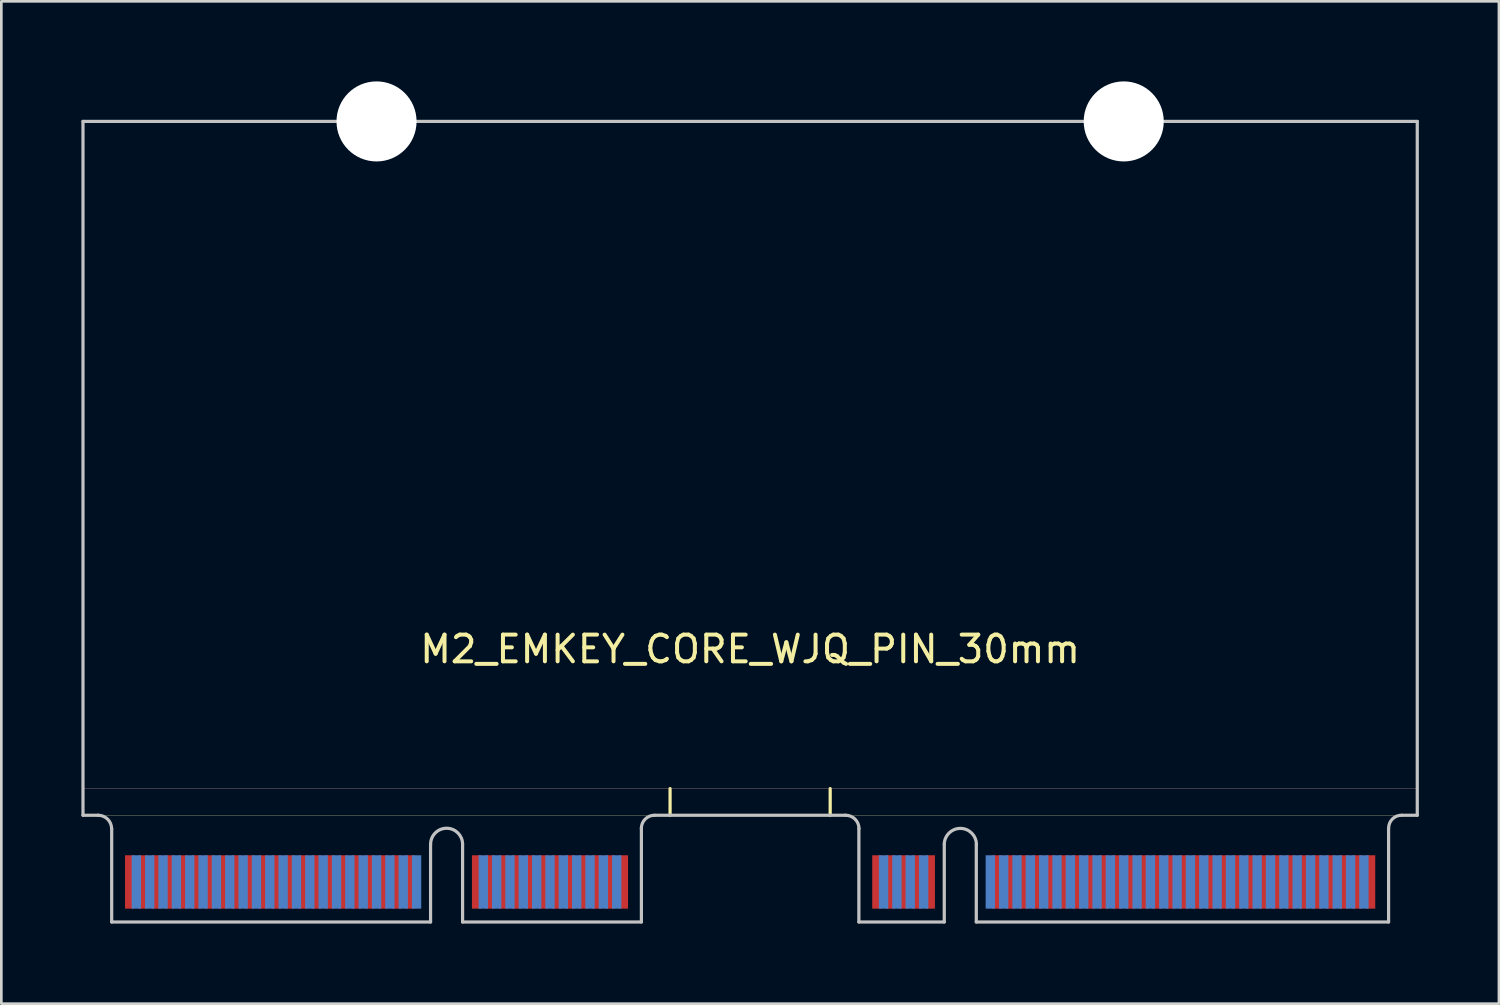
<source format=kicad_pcb>
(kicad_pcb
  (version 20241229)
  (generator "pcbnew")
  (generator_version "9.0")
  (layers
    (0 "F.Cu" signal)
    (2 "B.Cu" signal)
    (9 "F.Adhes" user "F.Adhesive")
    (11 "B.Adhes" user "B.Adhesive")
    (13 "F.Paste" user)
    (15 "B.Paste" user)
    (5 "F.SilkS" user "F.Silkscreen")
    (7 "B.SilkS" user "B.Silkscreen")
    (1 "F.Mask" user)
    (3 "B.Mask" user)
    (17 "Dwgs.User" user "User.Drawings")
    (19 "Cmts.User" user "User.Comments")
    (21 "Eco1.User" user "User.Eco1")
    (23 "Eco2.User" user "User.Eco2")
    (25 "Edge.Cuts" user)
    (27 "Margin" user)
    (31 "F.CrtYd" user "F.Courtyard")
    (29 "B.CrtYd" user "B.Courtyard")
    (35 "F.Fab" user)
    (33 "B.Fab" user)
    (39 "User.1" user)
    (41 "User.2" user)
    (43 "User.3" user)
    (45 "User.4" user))
  (footprint "M2_EMKEY_CORE_WJQ_PIN_30mm"
    (layer "F.Cu")
    (at 25.06 27.5)
    (property "Reference" "M2_EMKEY_CORE_WJQ_PIN_30mm" (at 0 -6.223 0) (layer "F.SilkS") (effects (font (size 1 1) (thickness 0.15))))
    (attr through_hole)
    (fp_line (start -3 0) (end -3 -1) (stroke (width 0.12) (type solid)) (layer "F.SilkS"))
    (fp_line (start 3 0) (end 3 -1) (stroke (width 0.12) (type solid)) (layer "F.SilkS"))
    (fp_line (start 25 0) (end -25 0) (stroke (width 0.01) (type solid)) (layer "F.SilkS"))
    (fp_line (start 25 -1) (end -25 -1) (stroke (width 0.01) (type solid)) (layer "B.SilkS"))
    (fp_line (start -25 -26) (end 25 -26) (stroke (width 0.12) (type solid)) (layer "Dwgs.User"))
    (fp_line (start -25 0) (end -25 -26) (stroke (width 0.12) (type solid)) (layer "Dwgs.User"))
    (fp_line (start -25 0) (end -24.425 0) (stroke (width 0.12) (type solid)) (layer "Dwgs.User"))
    (fp_line (start -23.925 0.5) (end -23.925 4) (stroke (width 0.12) (type solid)) (layer "Dwgs.User"))
    (fp_line (start -23.925 4) (end -11.975 4) (stroke (width 0.12) (type solid)) (layer "Dwgs.User"))
    (fp_line (start -11.975 4) (end -11.975 1.1) (stroke (width 0.12) (type solid)) (layer "Dwgs.User"))
    (fp_line (start -10.775 1.1) (end -10.775 4) (stroke (width 0.12) (type solid)) (layer "Dwgs.User"))
    (fp_line (start -10.775 4) (end -4.075 4) (stroke (width 0.12) (type solid)) (layer "Dwgs.User"))
    (fp_line (start -4.075 0.5) (end -4.075 4) (stroke (width 0.12) (type solid)) (layer "Dwgs.User"))
    (fp_line (start -3 0) (end -3.575 0) (stroke (width 0.12) (type solid)) (layer "Dwgs.User"))
    (fp_line (start -3 0) (end 3 0) (stroke (width 0.12) (type solid)) (layer "Dwgs.User"))
    (fp_line (start 3.575 0) (end 3 0) (stroke (width 0.12) (type solid)) (layer "Dwgs.User"))
    (fp_line (start 4.075 0.5) (end 4.075 4) (stroke (width 0.12) (type solid)) (layer "Dwgs.User"))
    (fp_line (start 4.075 4) (end 7.275 4) (stroke (width 0.12) (type solid)) (layer "Dwgs.User"))
    (fp_line (start 7.275 4) (end 7.275 1.1) (stroke (width 0.12) (type solid)) (layer "Dwgs.User"))
    (fp_line (start 8.475 4) (end 8.475 1.1) (stroke (width 0.12) (type solid)) (layer "Dwgs.User"))
    (fp_line (start 8.475 4) (end 23.925 4) (stroke (width 0.12) (type solid)) (layer "Dwgs.User"))
    (fp_line (start 23.925 0.5) (end 23.925 4) (stroke (width 0.12) (type solid)) (layer "Dwgs.User"))
    (fp_line (start 25 -26) (end 25 0) (stroke (width 0.12) (type solid)) (layer "Dwgs.User"))
    (fp_line (start 25 0) (end 24.425 0) (stroke (width 0.12) (type solid)) (layer "Dwgs.User"))
    (fp_arc (start -24.4348 0) (mid -24.07559 0.14879) (end -23.9268 0.508) (stroke (width 0.12) (type solid)) (layer "Dwgs.User"))
    (fp_arc (start -11.97356 1.08712) (mid -11.37412 0.48768) (end -10.77468 1.08712) (stroke (width 0.12) (type solid)) (layer "Dwgs.User"))
    (fp_arc (start -4.076699 0.495381) (mid -3.932407 0.144351) (end -3.581401 0.000001) (stroke (width 0.12) (type solid)) (layer "Dwgs.User"))
    (fp_arc (start 3.564016 0.00022) (mid 3.927395 0.141348) (end 4.07924 0.50038) (stroke (width 0.12) (type solid)) (layer "Dwgs.User"))
    (fp_arc (start 7.274692 1.079593) (mid 7.882844 0.490253) (end 8.47852 1.0922) (stroke (width 0.12) (type solid)) (layer "Dwgs.User"))
    (fp_arc (start 23.9268 0.4826) (mid 24.06815 0.14135) (end 24.4094 0) (stroke (width 0.12) (type solid)) (layer "Dwgs.User"))
    (pad "" np_thru_hole circle (at -14 -26) (size 3 3) (drill 3) (layers "*.Cu" "*.Mask"))
    (pad "" np_thru_hole circle (at 14 -26) (size 3 3) (drill 3) (layers "*.Cu" "*.Mask"))
    (pad "E1" smd rect (at -4.75 2.5) (size 0.35 2) (layers "F.Cu" "F.Mask" "F.Paste"))
    (pad "E2" smd rect (at -5 2.5) (size 0.35 2) (layers "B.Cu" "B.Mask" "B.Paste"))
    (pad "E3" smd rect (at -5.25 2.5) (size 0.35 2) (layers "F.Cu" "F.Mask" "F.Paste"))
    (pad "E4" smd rect (at -5.5 2.5) (size 0.35 2) (layers "B.Cu" "B.Mask" "B.Paste"))
    (pad "E5" smd rect (at -5.75 2.5) (size 0.35 2) (layers "F.Cu" "F.Mask" "F.Paste"))
    (pad "E6" smd rect (at -6 2.5) (size 0.35 2) (layers "B.Cu" "B.Mask" "B.Paste"))
    (pad "E7" smd rect (at -6.25 2.5) (size 0.35 2) (layers "F.Cu" "F.Mask" "F.Paste"))
    (pad "E8" smd rect (at -6.5 2.5) (size 0.35 2) (layers "B.Cu" "B.Mask" "B.Paste"))
    (pad "E9" smd rect (at -6.75 2.5) (size 0.35 2) (layers "F.Cu" "F.Mask" "F.Paste"))
    (pad "E10" smd rect (at -7 2.5) (size 0.35 2) (layers "B.Cu" "B.Mask" "B.Paste"))
    (pad "E11" smd rect (at -7.25 2.5) (size 0.35 2) (layers "F.Cu" "F.Mask" "F.Paste"))
    (pad "E12" smd rect (at -7.5 2.5) (size 0.35 2) (layers "B.Cu" "B.Mask" "B.Paste"))
    (pad "E13" smd rect (at -7.75 2.5) (size 0.35 2) (layers "F.Cu" "F.Mask" "F.Paste"))
    (pad "E14" smd rect (at -8 2.5) (size 0.35 2) (layers "B.Cu" "B.Mask" "B.Paste"))
    (pad "E15" smd rect (at -8.25 2.5) (size 0.35 2) (layers "F.Cu" "F.Mask" "F.Paste"))
    (pad "E16" smd rect (at -8.5 2.5) (size 0.35 2) (layers "B.Cu" "B.Mask" "B.Paste"))
    (pad "E17" smd rect (at -8.75 2.5) (size 0.35 2) (layers "F.Cu" "F.Mask" "F.Paste"))
    (pad "E18" smd rect (at -9 2.5) (size 0.35 2) (layers "B.Cu" "B.Mask" "B.Paste"))
    (pad "E19" smd rect (at -9.25 2.5) (size 0.35 2) (layers "F.Cu" "F.Mask" "F.Paste"))
    (pad "E20" smd rect (at -9.5 2.5) (size 0.35 2) (layers "B.Cu" "B.Mask" "B.Paste"))
    (pad "E21" smd rect (at -9.75 2.5) (size 0.35 2) (layers "F.Cu" "F.Mask" "F.Paste"))
    (pad "E22" smd rect (at -10 2.5) (size 0.35 2) (layers "B.Cu" "B.Mask" "B.Paste"))
    (pad "E23" smd rect (at -10.25 2.5) (size 0.35 2) (layers "F.Cu" "F.Mask" "F.Paste"))
    (pad "E32" smd rect (at -12.5 2.5) (size 0.35 2) (layers "B.Cu" "B.Mask" "B.Paste"))
    (pad "E33" smd rect (at -12.75 2.5) (size 0.35 2) (layers "F.Cu" "F.Mask" "F.Paste"))
    (pad "E34" smd rect (at -13 2.5) (size 0.35 2) (layers "B.Cu" "B.Mask" "B.Paste"))
    (pad "E35" smd rect (at -13.25 2.5) (size 0.35 2) (layers "F.Cu" "F.Mask" "F.Paste"))
    (pad "E36" smd rect (at -13.5 2.5) (size 0.35 2) (layers "B.Cu" "B.Mask" "B.Paste"))
    (pad "E37" smd rect (at -13.75 2.5) (size 0.35 2) (layers "F.Cu" "F.Mask" "F.Paste"))
    (pad "E38" smd rect (at -14 2.5) (size 0.35 2) (layers "B.Cu" "B.Mask" "B.Paste"))
    (pad "E39" smd rect (at -14.25 2.5) (size 0.35 2) (layers "F.Cu" "F.Mask" "F.Paste"))
    (pad "E40" smd rect (at -14.5 2.5) (size 0.35 2) (layers "B.Cu" "B.Mask" "B.Paste"))
    (pad "E41" smd rect (at -14.75 2.5) (size 0.35 2) (layers "F.Cu" "F.Mask" "F.Paste"))
    (pad "E42" smd rect (at -15 2.5) (size 0.35 2) (layers "B.Cu" "B.Mask" "B.Paste"))
    (pad "E43" smd rect (at -15.25 2.5) (size 0.35 2) (layers "F.Cu" "F.Mask" "F.Paste"))
    (pad "E44" smd rect (at -15.5 2.5) (size 0.35 2) (layers "B.Cu" "B.Mask" "B.Paste"))
    (pad "E45" smd rect (at -15.75 2.5) (size 0.35 2) (layers "F.Cu" "F.Mask" "F.Paste"))
    (pad "E46" smd rect (at -16 2.5) (size 0.35 2) (layers "B.Cu" "B.Mask" "B.Paste"))
    (pad "E47" smd rect (at -16.25 2.5) (size 0.35 2) (layers "F.Cu" "F.Mask" "F.Paste"))
    (pad "E48" smd rect (at -16.5 2.5) (size 0.35 2) (layers "B.Cu" "B.Mask" "B.Paste"))
    (pad "E49" smd rect (at -16.75 2.5) (size 0.35 2) (layers "F.Cu" "F.Mask" "F.Paste"))
    (pad "E50" smd rect (at -17 2.5) (size 0.35 2) (layers "B.Cu" "B.Mask" "B.Paste"))
    (pad "E51" smd rect (at -17.25 2.5) (size 0.35 2) (layers "F.Cu" "F.Mask" "F.Paste"))
    (pad "E52" smd rect (at -17.5 2.5) (size 0.35 2) (layers "B.Cu" "B.Mask" "B.Paste"))
    (pad "E53" smd rect (at -17.75 2.5) (size 0.35 2) (layers "F.Cu" "F.Mask" "F.Paste"))
    (pad "E54" smd rect (at -18 2.5) (size 0.35 2) (layers "B.Cu" "B.Mask" "B.Paste"))
    (pad "E55" smd rect (at -18.25 2.5) (size 0.35 2) (layers "F.Cu" "F.Mask" "F.Paste"))
    (pad "E56" smd rect (at -18.5 2.5) (size 0.35 2) (layers "B.Cu" "B.Mask" "B.Paste"))
    (pad "E57" smd rect (at -18.75 2.5) (size 0.35 2) (layers "F.Cu" "F.Mask" "F.Paste"))
    (pad "E58" smd rect (at -19 2.5) (size 0.35 2) (layers "B.Cu" "B.Mask" "B.Paste"))
    (pad "E59" smd rect (at -19.25 2.5) (size 0.35 2) (layers "F.Cu" "F.Mask" "F.Paste"))
    (pad "E60" smd rect (at -19.5 2.5) (size 0.35 2) (layers "B.Cu" "B.Mask" "B.Paste"))
    (pad "E61" smd rect (at -19.75 2.5) (size 0.35 2) (layers "F.Cu" "F.Mask" "F.Paste"))
    (pad "E62" smd rect (at -20 2.5) (size 0.35 2) (layers "B.Cu" "B.Mask" "B.Paste"))
    (pad "E63" smd rect (at -20.25 2.5) (size 0.35 2) (layers "F.Cu" "F.Mask" "F.Paste"))
    (pad "E64" smd rect (at -20.5 2.5) (size 0.35 2) (layers "B.Cu" "B.Mask" "B.Paste"))
    (pad "E65" smd rect (at -20.75 2.5) (size 0.35 2) (layers "F.Cu" "F.Mask" "F.Paste"))
    (pad "E66" smd rect (at -21 2.5) (size 0.35 2) (layers "B.Cu" "B.Mask" "B.Paste"))
    (pad "E67" smd rect (at -21.25 2.5) (size 0.35 2) (layers "F.Cu" "F.Mask" "F.Paste"))
    (pad "E68" smd rect (at -21.5 2.5) (size 0.35 2) (layers "B.Cu" "B.Mask" "B.Paste"))
    (pad "E69" smd rect (at -21.75 2.5) (size 0.35 2) (layers "F.Cu" "F.Mask" "F.Paste"))
    (pad "E70" smd rect (at -22 2.5) (size 0.35 2) (layers "B.Cu" "B.Mask" "B.Paste"))
    (pad "E71" smd rect (at -22.25 2.5) (size 0.35 2) (layers "F.Cu" "F.Mask" "F.Paste"))
    (pad "E72" smd rect (at -22.5 2.5) (size 0.35 2) (layers "B.Cu" "B.Mask" "B.Paste"))
    (pad "E73" smd rect (at -22.75 2.5) (size 0.35 2) (layers "F.Cu" "F.Mask" "F.Paste"))
    (pad "E74" smd rect (at -23 2.5) (size 0.35 2) (layers "B.Cu" "B.Mask" "B.Paste"))
    (pad "E75" smd rect (at -23.25 2.5) (size 0.35 2) (layers "F.Cu" "F.Mask" "F.Paste"))
    (pad "M1" smd rect (at 23.25 2.5) (size 0.35 2) (layers "F.Cu" "F.Mask" "F.Paste"))
    (pad "M2" smd rect (at 23 2.5) (size 0.35 2) (layers "B.Cu" "B.Mask" "B.Paste"))
    (pad "M3" smd rect (at 22.75 2.5) (size 0.35 2) (layers "F.Cu" "F.Mask" "F.Paste"))
    (pad "M4" smd rect (at 22.5 2.5) (size 0.35 2) (layers "B.Cu" "B.Mask" "B.Paste"))
    (pad "M5" smd rect (at 22.25 2.5) (size 0.35 2) (layers "F.Cu" "F.Mask" "F.Paste"))
    (pad "M6" smd rect (at 22 2.5) (size 0.35 2) (layers "B.Cu" "B.Mask" "B.Paste"))
    (pad "M7" smd rect (at 21.75 2.5) (size 0.35 2) (layers "F.Cu" "F.Mask" "F.Paste"))
    (pad "M8" smd rect (at 21.5 2.5) (size 0.35 2) (layers "B.Cu" "B.Mask" "B.Paste"))
    (pad "M9" smd rect (at 21.25 2.5) (size 0.35 2) (layers "F.Cu" "F.Mask" "F.Paste"))
    (pad "M10" smd rect (at 21 2.5) (size 0.35 2) (layers "B.Cu" "B.Mask" "B.Paste"))
    (pad "M11" smd rect (at 20.75 2.5) (size 0.35 2) (layers "F.Cu" "F.Mask" "F.Paste"))
    (pad "M12" smd rect (at 20.5 2.5) (size 0.35 2) (layers "B.Cu" "B.Mask" "B.Paste"))
    (pad "M13" smd rect (at 20.25 2.5) (size 0.35 2) (layers "F.Cu" "F.Mask" "F.Paste"))
    (pad "M14" smd rect (at 20 2.5) (size 0.35 2) (layers "B.Cu" "B.Mask" "B.Paste"))
    (pad "M15" smd rect (at 19.75 2.5) (size 0.35 2) (layers "F.Cu" "F.Mask" "F.Paste"))
    (pad "M16" smd rect (at 19.5 2.5) (size 0.35 2) (layers "B.Cu" "B.Mask" "B.Paste"))
    (pad "M17" smd rect (at 19.25 2.5) (size 0.35 2) (layers "F.Cu" "F.Mask" "F.Paste"))
    (pad "M18" smd rect (at 19 2.5) (size 0.35 2) (layers "B.Cu" "B.Mask" "B.Paste"))
    (pad "M19" smd rect (at 18.75 2.5) (size 0.35 2) (layers "F.Cu" "F.Mask" "F.Paste"))
    (pad "M20" smd rect (at 18.5 2.5) (size 0.35 2) (layers "B.Cu" "B.Mask" "B.Paste"))
    (pad "M21" smd rect (at 18.25 2.5) (size 0.35 2) (layers "F.Cu" "F.Mask" "F.Paste"))
    (pad "M22" smd rect (at 18 2.5) (size 0.35 2) (layers "B.Cu" "B.Mask" "B.Paste"))
    (pad "M23" smd rect (at 17.75 2.5) (size 0.35 2) (layers "F.Cu" "F.Mask" "F.Paste"))
    (pad "M24" smd rect (at 17.5 2.5) (size 0.35 2) (layers "B.Cu" "B.Mask" "B.Paste"))
    (pad "M25" smd rect (at 17.25 2.5) (size 0.35 2) (layers "F.Cu" "F.Mask" "F.Paste"))
    (pad "M26" smd rect (at 17 2.5) (size 0.35 2) (layers "B.Cu" "B.Mask" "B.Paste"))
    (pad "M27" smd rect (at 16.75 2.5) (size 0.35 2) (layers "F.Cu" "F.Mask" "F.Paste"))
    (pad "M28" smd rect (at 16.5 2.5) (size 0.35 2) (layers "B.Cu" "B.Mask" "B.Paste"))
    (pad "M29" smd rect (at 16.25 2.5) (size 0.35 2) (layers "F.Cu" "F.Mask" "F.Paste"))
    (pad "M30" smd rect (at 16 2.5) (size 0.35 2) (layers "B.Cu" "B.Mask" "B.Paste"))
    (pad "M31" smd rect (at 15.75 2.5) (size 0.35 2) (layers "F.Cu" "F.Mask" "F.Paste"))
    (pad "M32" smd rect (at 15.5 2.5) (size 0.35 2) (layers "B.Cu" "B.Mask" "B.Paste"))
    (pad "M33" smd rect (at 15.25 2.5) (size 0.35 2) (layers "F.Cu" "F.Mask" "F.Paste"))
    (pad "M34" smd rect (at 15 2.5) (size 0.35 2) (layers "B.Cu" "B.Mask" "B.Paste"))
    (pad "M35" smd rect (at 14.75 2.5) (size 0.35 2) (layers "F.Cu" "F.Mask" "F.Paste"))
    (pad "M36" smd rect (at 14.5 2.5) (size 0.35 2) (layers "B.Cu" "B.Mask" "B.Paste"))
    (pad "M37" smd rect (at 14.25 2.5) (size 0.35 2) (layers "F.Cu" "F.Mask" "F.Paste"))
    (pad "M38" smd rect (at 14 2.5) (size 0.35 2) (layers "B.Cu" "B.Mask" "B.Paste"))
    (pad "M39" smd rect (at 13.75 2.5) (size 0.35 2) (layers "F.Cu" "F.Mask" "F.Paste"))
    (pad "M40" smd rect (at 13.5 2.5) (size 0.35 2) (layers "B.Cu" "B.Mask" "B.Paste"))
    (pad "M41" smd rect (at 13.25 2.5) (size 0.35 2) (layers "F.Cu" "F.Mask" "F.Paste"))
    (pad "M42" smd rect (at 13 2.5) (size 0.35 2) (layers "B.Cu" "B.Mask" "B.Paste"))
    (pad "M43" smd rect (at 12.75 2.5) (size 0.35 2) (layers "F.Cu" "F.Mask" "F.Paste"))
    (pad "M44" smd rect (at 12.5 2.5) (size 0.35 2) (layers "B.Cu" "B.Mask" "B.Paste"))
    (pad "M45" smd rect (at 12.25 2.5) (size 0.35 2) (layers "F.Cu" "F.Mask" "F.Paste"))
    (pad "M46" smd rect (at 12 2.5) (size 0.35 2) (layers "B.Cu" "B.Mask" "B.Paste"))
    (pad "M47" smd rect (at 11.75 2.5) (size 0.35 2) (layers "F.Cu" "F.Mask" "F.Paste"))
    (pad "M48" smd rect (at 11.5 2.5) (size 0.35 2) (layers "B.Cu" "B.Mask" "B.Paste"))
    (pad "M49" smd rect (at 11.25 2.5) (size 0.35 2) (layers "F.Cu" "F.Mask" "F.Paste"))
    (pad "M50" smd rect (at 11 2.5) (size 0.35 2) (layers "B.Cu" "B.Mask" "B.Paste"))
    (pad "M51" smd rect (at 10.75 2.5) (size 0.35 2) (layers "F.Cu" "F.Mask" "F.Paste"))
    (pad "M52" smd rect (at 10.5 2.5) (size 0.35 2) (layers "B.Cu" "B.Mask" "B.Paste"))
    (pad "M53" smd rect (at 10.25 2.5) (size 0.35 2) (layers "F.Cu" "F.Mask" "F.Paste"))
    (pad "M54" smd rect (at 10 2.5) (size 0.35 2) (layers "B.Cu" "B.Mask" "B.Paste"))
    (pad "M55" smd rect (at 9.75 2.5) (size 0.35 2) (layers "F.Cu" "F.Mask" "F.Paste"))
    (pad "M56" smd rect (at 9.5 2.5) (size 0.35 2) (layers "B.Cu" "B.Mask" "B.Paste"))
    (pad "M57" smd rect (at 9.25 2.5) (size 0.35 2) (layers "F.Cu" "F.Mask" "F.Paste"))
    (pad "M58" smd rect (at 9 2.5) (size 0.35 2) (layers "B.Cu" "B.Mask" "B.Paste"))
    (pad "M67" smd rect (at 6.75 2.5) (size 0.35 2) (layers "F.Cu" "F.Mask" "F.Paste"))
    (pad "M68" smd rect (at 6.5 2.5) (size 0.35 2) (layers "B.Cu" "B.Mask" "B.Paste"))
    (pad "M69" smd rect (at 6.25 2.5) (size 0.35 2) (layers "F.Cu" "F.Mask" "F.Paste"))
    (pad "M70" smd rect (at 6 2.5) (size 0.35 2) (layers "B.Cu" "B.Mask" "B.Paste"))
    (pad "M71" smd rect (at 5.75 2.5) (size 0.35 2) (layers "F.Cu" "F.Mask" "F.Paste"))
    (pad "M72" smd rect (at 5.5 2.5) (size 0.35 2) (layers "B.Cu" "B.Mask" "B.Paste"))
    (pad "M73" smd rect (at 5.25 2.5) (size 0.35 2) (layers "F.Cu" "F.Mask" "F.Paste"))
    (pad "M74" smd rect (at 5 2.5) (size 0.35 2) (layers "B.Cu" "B.Mask" "B.Paste"))
    (pad "M75" smd rect (at 4.75 2.5) (size 0.35 2) (layers "F.Cu" "F.Mask" "F.Paste")))
  (gr_rect
    (start -3 -3)
    (end 53.12 34.56)
    (stroke (width 0.1) (type default))
    (fill no)
    (layer "Edge.Cuts")))
</source>
